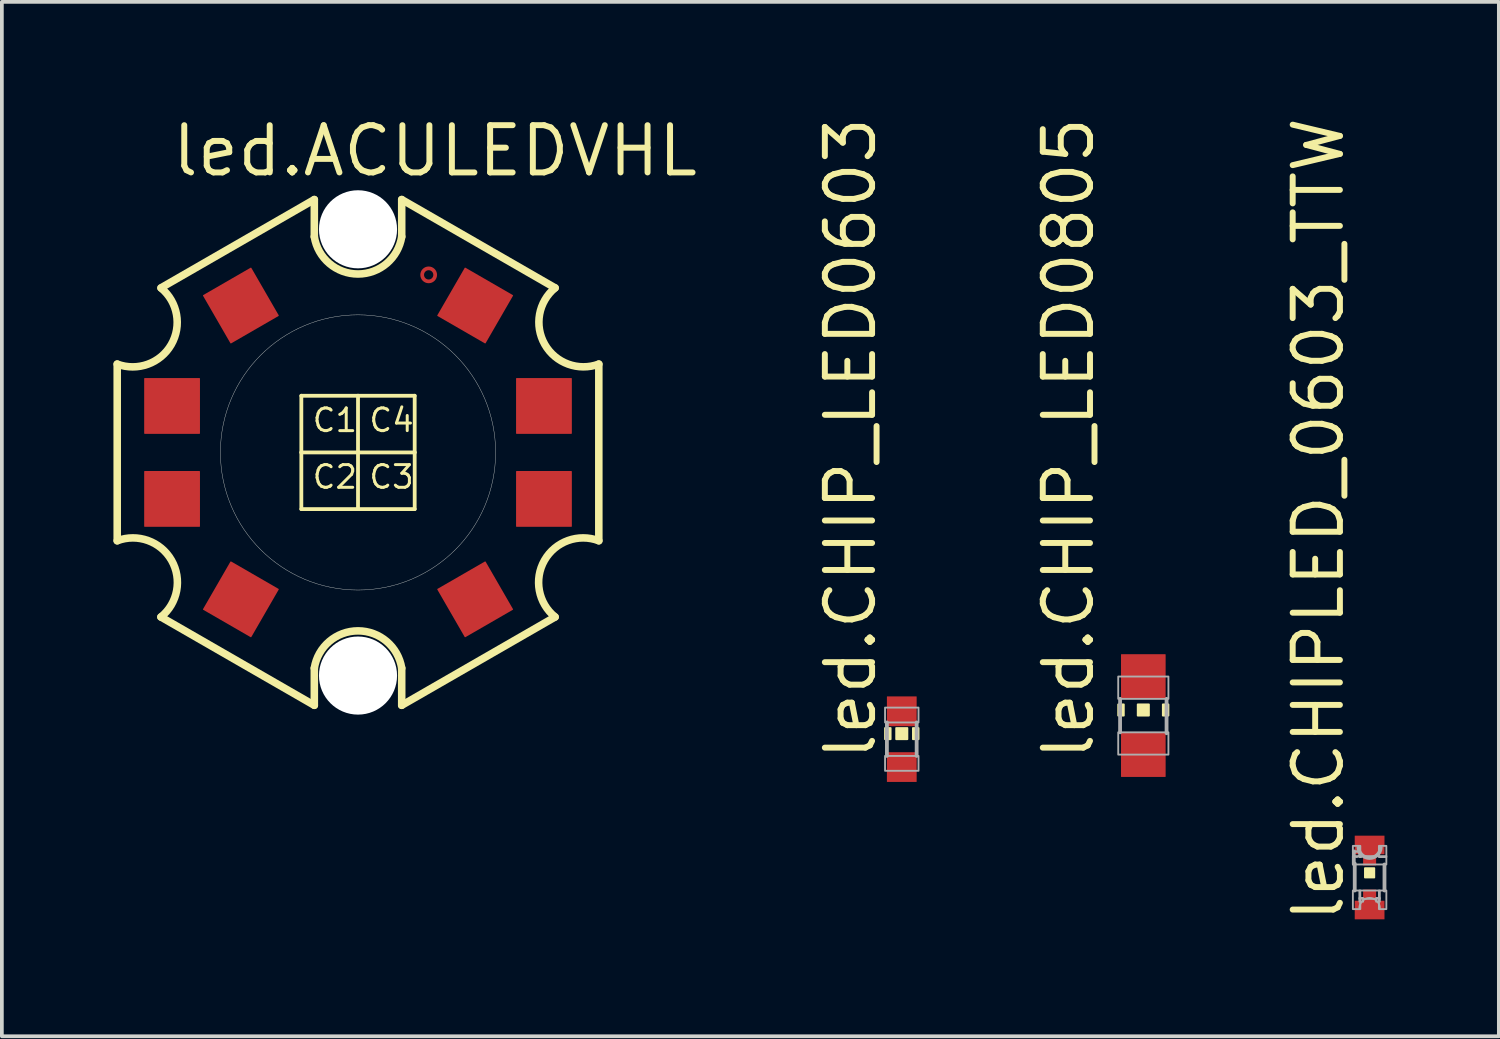
<source format=kicad_pcb>
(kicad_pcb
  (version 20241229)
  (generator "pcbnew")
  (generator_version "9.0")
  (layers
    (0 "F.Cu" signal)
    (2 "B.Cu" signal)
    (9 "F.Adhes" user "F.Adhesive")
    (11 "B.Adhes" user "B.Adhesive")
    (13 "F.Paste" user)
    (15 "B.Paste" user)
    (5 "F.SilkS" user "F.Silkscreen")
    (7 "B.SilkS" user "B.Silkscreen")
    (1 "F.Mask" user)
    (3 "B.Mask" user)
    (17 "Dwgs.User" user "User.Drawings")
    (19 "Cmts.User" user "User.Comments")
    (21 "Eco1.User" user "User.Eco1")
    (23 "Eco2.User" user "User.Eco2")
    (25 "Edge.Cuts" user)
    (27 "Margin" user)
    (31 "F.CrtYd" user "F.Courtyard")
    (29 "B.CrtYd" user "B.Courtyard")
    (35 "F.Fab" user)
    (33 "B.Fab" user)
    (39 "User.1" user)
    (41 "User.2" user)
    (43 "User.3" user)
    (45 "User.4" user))
  (footprint "led.CHIPLED_0603_TTW"
    (layer "F.Cu")
    (at 33.779 20.546)
    (property "Reference" "led.CHIPLED_0603_TTW" (at -0.635 1.27 90) (layer "F.SilkS") (effects (font (size 1.27 1.27) (thickness 0.16)) (justify left bottom)))
    (attr smd)
    (fp_rect (start -0.4 -0.625) (end 0.4 -1.125) (stroke (width 0.05) (type default)) (fill yes) (layer "F.Mask"))
    (fp_rect (start -0.4 1.125) (end 0.4 0.625) (stroke (width 0.05) (type default)) (fill yes) (layer "F.Mask"))
    (fp_rect (start -0.175 -0.325) (end 0.175 -0.7) (stroke (width 0.05) (type default)) (fill yes) (layer "F.Mask"))
    (fp_rect (start -0.175 0.675) (end 0.175 0.325) (stroke (width 0.05) (type default)) (fill yes) (layer "F.Mask"))
    (fp_rect (start -0.125 0) (end 0.125 -0.25) (stroke (width 0.05) (type default)) (fill yes) (layer "F.SilkS"))
    (fp_line (start -0.4 -0.375) (end -0.4 0.35) (stroke (width 0.102) (type default)) (layer "F.Fab"))
    (fp_line (start 0.4 -0.35) (end 0.4 0.35) (stroke (width 0.102) (type default)) (layer "F.Fab"))
    (fp_rect (start -0.45 -0.7) (end -0.25 -0.85) (stroke (width 0.05) (type default)) (fill no) (layer "F.Fab"))
    (fp_rect (start -0.45 -0.35) (end -0.4 -0.725) (stroke (width 0.05) (type default)) (fill no) (layer "F.Fab"))
    (fp_rect (start -0.45 -0.35) (end 0.45 -0.575) (stroke (width 0.05) (type default)) (fill no) (layer "F.Fab"))
    (fp_rect (start -0.45 0.85) (end -0.25 0.35) (stroke (width 0.05) (type default)) (fill no) (layer "F.Fab"))
    (fp_rect (start -0.275 -0.55) (end -0.225 -0.6) (stroke (width 0.05) (type default)) (fill no) (layer "F.Fab"))
    (fp_rect (start -0.275 0.575) (end 0.275 0.35) (stroke (width 0.05) (type default)) (fill no) (layer "F.Fab"))
    (fp_rect (start -0.275 0.65) (end -0.175 0.55) (stroke (width 0.05) (type default)) (fill no) (layer "F.Fab"))
    (fp_rect (start 0.175 0.65) (end 0.275 0.55) (stroke (width 0.05) (type default)) (fill no) (layer "F.Fab"))
    (fp_rect (start 0.25 -0.55) (end 0.45 -0.85) (stroke (width 0.05) (type default)) (fill no) (layer "F.Fab"))
    (fp_rect (start 0.25 0.85) (end 0.45 0.35) (stroke (width 0.05) (type default)) (fill no) (layer "F.Fab"))
    (fp_arc (start -0.275 0.825) (mid 0 0.55) (end 0.275 0.825) (stroke (width 0.0508) (type default)) (layer "F.Fab"))
    (fp_arc (start 0.3 -0.8) (mid 0 -0.524967) (end -0.3 -0.8) (stroke (width 0.1016) (type default)) (layer "F.Fab"))
    (fp_circle (center -0.35 -0.625) (end -0.275 -0.625) (stroke (width 0.051) (type default)) (fill no) (layer "F.Fab"))
    (pad "A" smd roundrect (at 0 0.875) (size 0.8 0.5) (layers "F.Cu" "F.Mask" "F.Paste") (roundrect_rratio 0.01))
    (pad "A@1" smd roundrect (at 0 0.5) (size 0.35 0.35) (layers "F.Cu" "F.Mask" "F.Paste") (roundrect_rratio 0.01))
    (pad "C" smd roundrect (at 0 -0.875) (size 0.8 0.5) (layers "F.Cu" "F.Mask" "F.Paste") (roundrect_rratio 0.01))
    (pad "C@1" smd roundrect (at 0 -0.5) (size 0.35 0.35) (layers "F.Cu" "F.Mask" "F.Paste") (roundrect_rratio 0.01)))
  (footprint "led.CHIP_LED0805"
    (layer "F.Cu")
    (at 27.694 16.192)
    (property "Reference" "led.CHIP_LED0805" (at -1.27 1.27 90) (layer "F.SilkS") (effects (font (size 1.27 1.27) (thickness 0.16)) (justify left bottom)))
    (attr smd)
    (fp_rect (start -0.675 0) (end -0.525 -0.3) (stroke (width 0.05) (type default)) (fill yes) (layer "F.SilkS"))
    (fp_rect (start -0.15 0) (end 0.15 -0.3) (stroke (width 0.05) (type default)) (fill yes) (layer "F.SilkS"))
    (fp_rect (start 0.525 0) (end 0.675 -0.3) (stroke (width 0.05) (type default)) (fill yes) (layer "F.SilkS"))
    (fp_line (start -0.625 -0.45) (end -0.625 0.45) (stroke (width 0.102) (type default)) (layer "F.Fab"))
    (fp_line (start 0.625 -0.45) (end 0.625 0.475) (stroke (width 0.102) (type default)) (layer "F.Fab"))
    (fp_rect (start -0.675 -0.45) (end 0.675 -1.05) (stroke (width 0.05) (type default)) (fill no) (layer "F.Fab"))
    (fp_rect (start -0.675 1.05) (end 0.675 0.45) (stroke (width 0.05) (type default)) (fill no) (layer "F.Fab"))
    (pad "A" smd roundrect (at 0 1.05) (size 1.2 1.2) (layers "F.Cu" "F.Mask" "F.Paste") (roundrect_rratio 0.01))
    (pad "C" smd roundrect (at 0 -1.05) (size 1.2 1.2) (layers "F.Cu" "F.Mask" "F.Paste") (roundrect_rratio 0.01)))
  (footprint "led.ACULEDVHL"
    (layer "F.Cu")
    (at 6.577 9.116)
    (property "Reference" "led.ACULEDVHL" (at -5.08 -7.366 0) (layer "F.SilkS") (effects (font (size 1.27 1.27) (thickness 0.16)) (justify left bottom)))
    (attr smd)
    (fp_circle (center 1.9 -4.775) (end 2.075 -4.775) (stroke (width 0.1) (type default)) (fill no) (layer "F.Cu"))
    (fp_line (start -6.475 -2.375) (end -6.475 2.375) (stroke (width 0.203) (type default)) (layer "F.SilkS"))
    (fp_line (start -5.3 4.425) (end -1.175 6.8) (stroke (width 0.203) (type default)) (layer "F.SilkS"))
    (fp_line (start -1.524 -1.524) (end 0 -1.524) (stroke (width 0.102) (type default)) (layer "F.SilkS"))
    (fp_line (start -1.524 0) (end -1.524 -1.524) (stroke (width 0.102) (type default)) (layer "F.SilkS"))
    (fp_line (start -1.524 0) (end -1.524 1.524) (stroke (width 0.102) (type default)) (layer "F.SilkS"))
    (fp_line (start -1.524 1.524) (end 0 1.524) (stroke (width 0.102) (type default)) (layer "F.SilkS"))
    (fp_line (start -1.175 -6.8) (end -5.3 -4.425) (stroke (width 0.203) (type default)) (layer "F.SilkS"))
    (fp_line (start -1.175 -6.8) (end -1.175 -5.8) (stroke (width 0.203) (type default)) (layer "F.SilkS"))
    (fp_line (start -1.175 6.8) (end -1.175 5.8) (stroke (width 0.203) (type default)) (layer "F.SilkS"))
    (fp_line (start 0 -1.524) (end 0 0) (stroke (width 0.102) (type default)) (layer "F.SilkS"))
    (fp_line (start 0 -1.524) (end 1.524 -1.524) (stroke (width 0.102) (type default)) (layer "F.SilkS"))
    (fp_line (start 0 0) (end -1.524 0) (stroke (width 0.102) (type default)) (layer "F.SilkS"))
    (fp_line (start 0 0) (end 0 1.524) (stroke (width 0.102) (type default)) (layer "F.SilkS"))
    (fp_line (start 0 1.524) (end 1.524 1.524) (stroke (width 0.102) (type default)) (layer "F.SilkS"))
    (fp_line (start 1.175 -6.8) (end 1.175 -5.8) (stroke (width 0.203) (type default)) (layer "F.SilkS"))
    (fp_line (start 1.175 6.8) (end 1.175 5.8) (stroke (width 0.203) (type default)) (layer "F.SilkS"))
    (fp_line (start 1.175 6.8) (end 5.3 4.425) (stroke (width 0.203) (type default)) (layer "F.SilkS"))
    (fp_line (start 1.524 -1.524) (end 1.524 0) (stroke (width 0.102) (type default)) (layer "F.SilkS"))
    (fp_line (start 1.524 0) (end 0 0) (stroke (width 0.102) (type default)) (layer "F.SilkS"))
    (fp_line (start 1.524 1.524) (end 1.524 0) (stroke (width 0.102) (type default)) (layer "F.SilkS"))
    (fp_line (start 5.3 -4.425) (end 1.175 -6.8) (stroke (width 0.203) (type default)) (layer "F.SilkS"))
    (fp_line (start 6.475 -2.375) (end 6.475 2.375) (stroke (width 0.203) (type default)) (layer "F.SilkS"))
    (fp_arc (start -6.475 2.375) (mid -5.015229 2.90004) (end -5.3 4.425) (stroke (width 0.2032) (type default)) (layer "F.SilkS"))
    (fp_arc (start -5.2943 -4.42) (mid -5.021908 -2.899388) (end -6.475 -2.375) (stroke (width 0.2032) (type default)) (layer "F.SilkS"))
    (fp_arc (start -1.175 5.8) (mid 0 4.798055) (end 1.175 5.8) (stroke (width 0.2032) (type default)) (layer "F.SilkS"))
    (fp_arc (start 1.175 -5.8) (mid 0 -4.798055) (end -1.175 -5.8) (stroke (width 0.2032) (type default)) (layer "F.SilkS"))
    (fp_arc (start 5.3 4.425) (mid 5.015229 2.90004) (end 6.475 2.375) (stroke (width 0.2032) (type default)) (layer "F.SilkS"))
    (fp_arc (start 6.475 -2.375) (mid 5.022668 -2.904304) (end 5.3 -4.425) (stroke (width 0.2032) (type default)) (layer "F.SilkS"))
    (fp_circle (center 0 0) (end 3.7 0) (stroke (width 0.01) (type default)) (fill no) (layer "Edge.Cuts"))
    (fp_text user "C4" (at 0.254 -0.508 0) (layer "F.SilkS") (effects (font (size 0.61 0.61) (thickness 0.08)) (justify left bottom)))
    (fp_text user "C1" (at -1.27 -0.508 0) (layer "F.SilkS") (effects (font (size 0.61 0.61) (thickness 0.08)) (justify left bottom)))
    (fp_text user "C2" (at -1.27 1.016 0) (layer "F.SilkS") (effects (font (size 0.61 0.61) (thickness 0.08)) (justify left bottom)))
    (fp_text user "C3" (at 0.254 1.016 0) (layer "F.SilkS") (effects (font (size 0.61 0.61) (thickness 0.08)) (justify left bottom)))
    (pad "" np_thru_hole circle (at 0 -6) (size 2.1 2.1) (drill 2.1) (layers "*.Cu" "*.Mask"))
    (pad "" np_thru_hole circle (at 0 6) (size 2.1 2.1) (drill 2.1) (layers "*.Cu" "*.Mask"))
    (pad "1" smd roundrect (at 3.15 -3.95 60) (size 1.5 1.5) (layers "F.Cu" "F.Mask" "F.Paste") (roundrect_rratio 0.01))
    (pad "2" smd roundrect (at 5 -1.25) (size 1.5 1.5) (layers "F.Cu" "F.Mask" "F.Paste") (roundrect_rratio 0.01))
    (pad "3" smd roundrect (at 5 1.25) (size 1.5 1.5) (layers "F.Cu" "F.Mask" "F.Paste") (roundrect_rratio 0.01))
    (pad "4" smd roundrect (at 3.15 3.95 300) (size 1.5 1.5) (layers "F.Cu" "F.Mask" "F.Paste") (roundrect_rratio 0.01))
    (pad "5" smd roundrect (at -3.15 3.95 240) (size 1.5 1.5) (layers "F.Cu" "F.Mask" "F.Paste") (roundrect_rratio 0.01))
    (pad "6" smd roundrect (at -5 1.25) (size 1.5 1.5) (layers "F.Cu" "F.Mask" "F.Paste") (roundrect_rratio 0.01))
    (pad "7" smd roundrect (at -5 -1.25) (size 1.5 1.5) (layers "F.Cu" "F.Mask" "F.Paste") (roundrect_rratio 0.01))
    (pad "8" smd roundrect (at -3.15 -3.95 120) (size 1.5 1.5) (layers "F.Cu" "F.Mask" "F.Paste") (roundrect_rratio 0.01)))
  (footprint "led.CHIP_LED0603"
    (layer "F.Cu")
    (at 21.199 16.827)
    (property "Reference" "led.CHIP_LED0603" (at -0.635 0.635 90) (layer "F.SilkS") (effects (font (size 1.27 1.27) (thickness 0.16)) (justify left bottom)))
    (attr smd)
    (fp_rect (start -0.45 0) (end -0.3 -0.3) (stroke (width 0.05) (type default)) (fill yes) (layer "F.SilkS"))
    (fp_rect (start -0.15 0) (end 0.15 -0.3) (stroke (width 0.05) (type default)) (fill yes) (layer "F.SilkS"))
    (fp_rect (start 0.3 0) (end 0.45 -0.3) (stroke (width 0.05) (type default)) (fill yes) (layer "F.SilkS"))
    (fp_line (start -0.4 -0.45) (end -0.4 0.45) (stroke (width 0.102) (type default)) (layer "F.Fab"))
    (fp_line (start 0.4 -0.45) (end 0.4 0.45) (stroke (width 0.102) (type default)) (layer "F.Fab"))
    (fp_rect (start -0.45 -0.45) (end 0.45 -0.85) (stroke (width 0.05) (type default)) (fill no) (layer "F.Fab"))
    (fp_rect (start -0.45 0.85) (end 0.45 0.45) (stroke (width 0.05) (type default)) (fill no) (layer "F.Fab"))
    (pad "A" smd roundrect (at 0 0.75) (size 0.8 0.8) (layers "F.Cu" "F.Mask" "F.Paste") (roundrect_rratio 0.01))
    (pad "C" smd roundrect (at 0 -0.75) (size 0.8 0.8) (layers "F.Cu" "F.Mask" "F.Paste") (roundrect_rratio 0.01)))
  (gr_rect
    (start -3 -3)
    (end 37.254 24.816)
    (stroke (width 0.1) (type default))
    (fill no)
    (layer "Edge.Cuts")))
</source>
